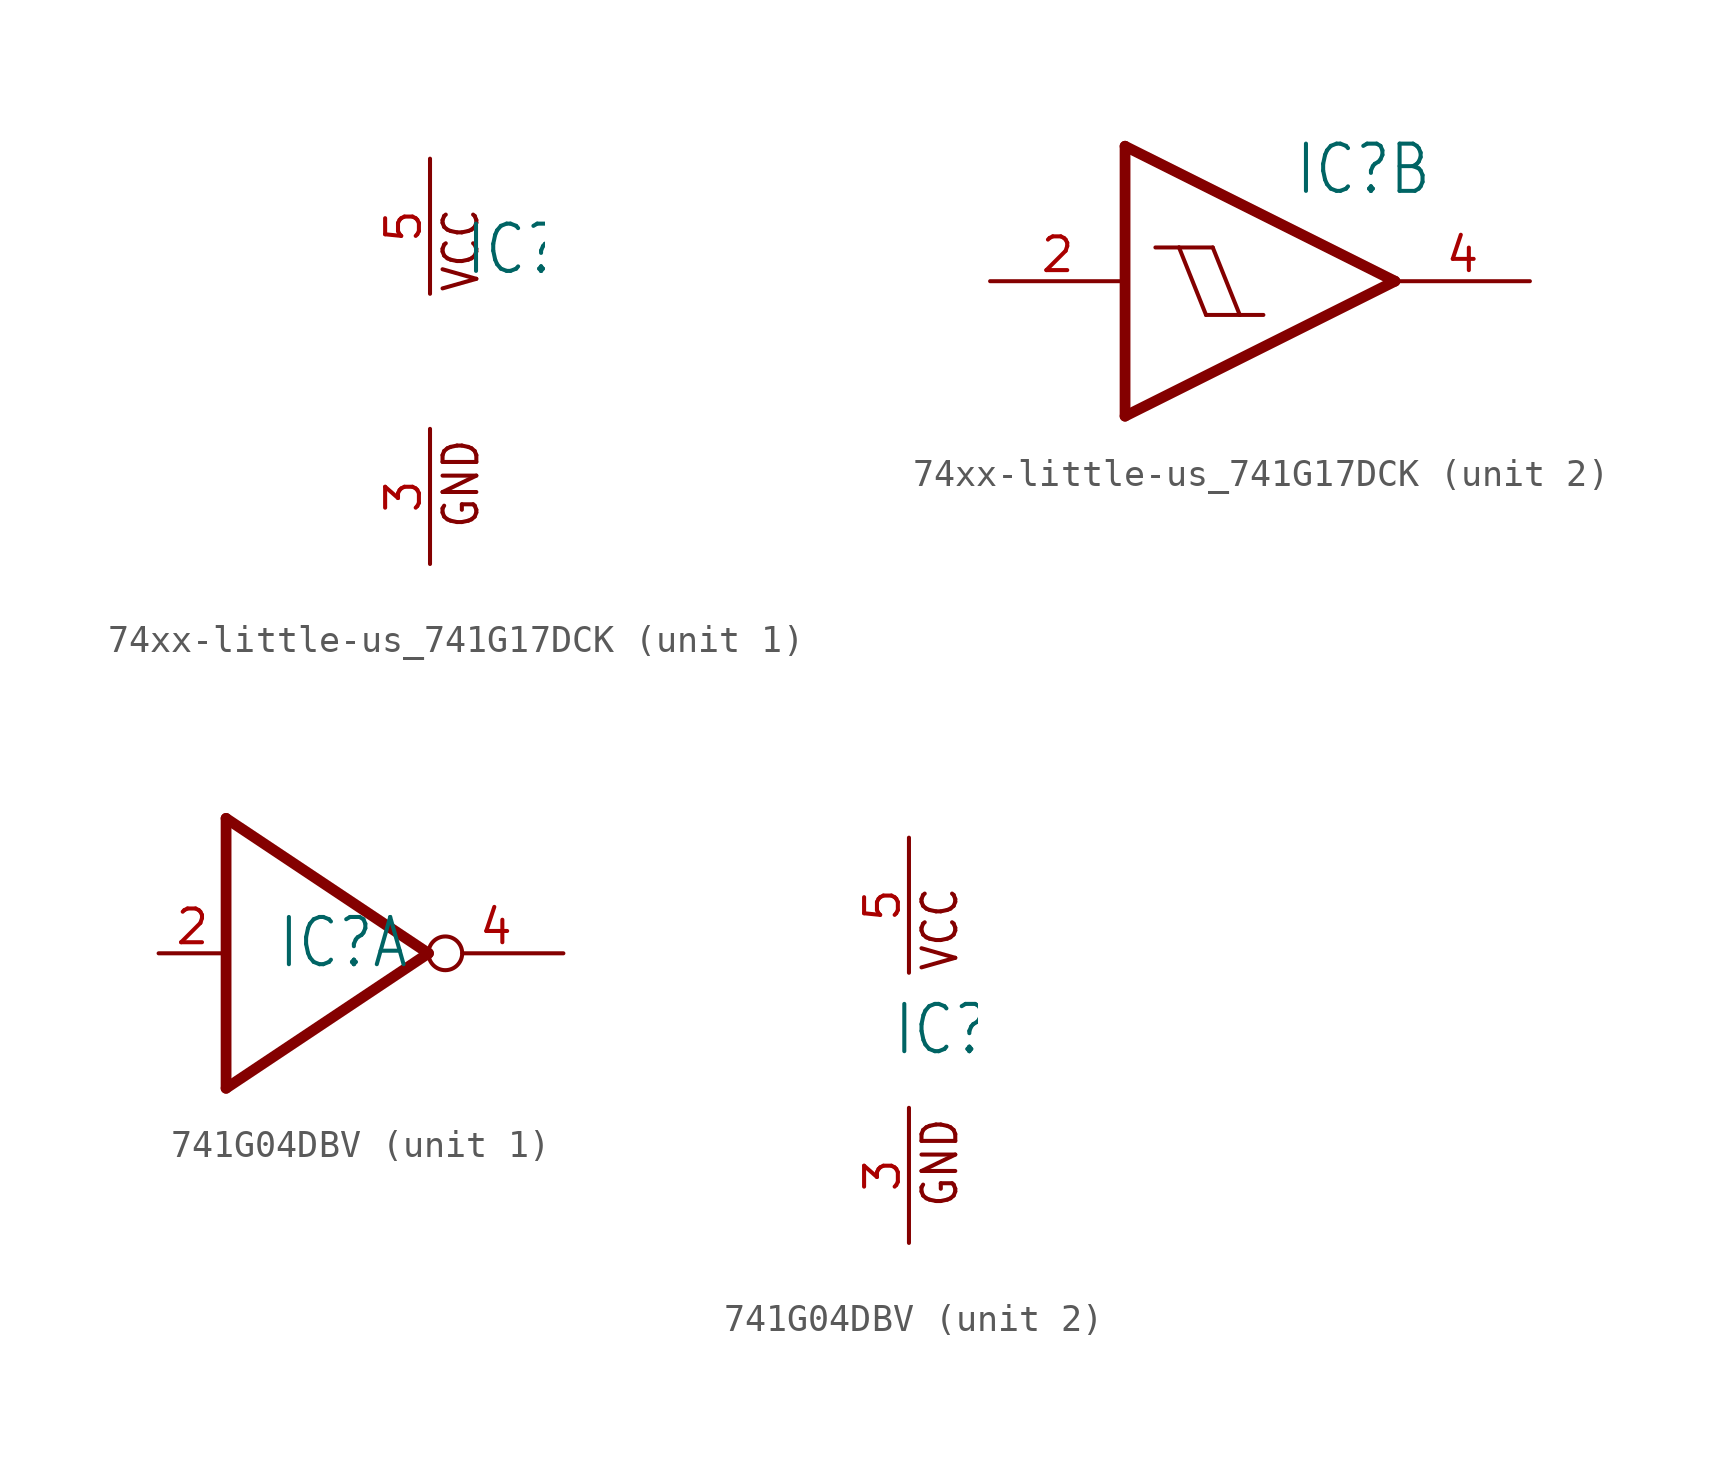
<source format=kicad_sym>
(kicad_symbol_lib
  (version 20231120)
  (generator "kicad_symbol_editor")
  (generator_version "8.0")
  (symbol "74xx-little-us_741G17DCK"
    (property "Reference" "IC"
      (at 1.27 3.175 0)
      (effects (font (size 1.778 1.511)) (justify left bottom)))
    (property "ki_locked" ""
      (at 0 0 0)
      (effects (font (size 1.27 1.27))))
    (symbol "74xx-little-us_741G17DCK_1_0"
      (text "GND" (at 1.905 -6.35 900) (effects (font (size 1.27 1.079)) (justify left bottom)))
      (text "VCC" (at 1.905 2.54 900) (effects (font (size 1.27 1.079)) (justify left bottom)))
      (pin power_in line (at 0 -7.62 90) (length 5.08) (name "GND" (effects (font (size 0 0)))) (number "3" (effects (font (size 1.27 1.27)))))
      (pin power_in line (at 0 7.62 270) (length 5.08) (name "VCC" (effects (font (size 0 0)))) (number "5" (effects (font (size 1.27 1.27))))))
    (symbol "74xx-little-us_741G17DCK_2_0"
      (polyline (pts (xy -5.08 -5.08) (xy -5.08 5.08)) (stroke (width 0.406) (type solid)) (fill (type none)))
      (polyline (pts (xy -5.08 5.08) (xy 5.08 0)) (stroke (width 0.406) (type solid)) (fill (type none)))
      (polyline (pts (xy -3.937 1.27) (xy -3.048 1.27)) (stroke (width 0.152) (type solid)) (fill (type none)))
      (polyline (pts (xy -3.048 1.27) (xy -1.778 1.27)) (stroke (width 0.152) (type solid)) (fill (type none)))
      (polyline (pts (xy -2.032 -1.27) (xy -3.048 1.27)) (stroke (width 0.152) (type solid)) (fill (type none)))
      (polyline (pts (xy -2.032 -1.27) (xy -0.762 -1.27)) (stroke (width 0.152) (type solid)) (fill (type none)))
      (polyline (pts (xy -0.762 -1.27) (xy -1.778 1.27)) (stroke (width 0.152) (type solid)) (fill (type none)))
      (polyline (pts (xy -0.762 -1.27) (xy 0.127 -1.27)) (stroke (width 0.152) (type solid)) (fill (type none)))
      (polyline (pts (xy 5.08 0) (xy -5.08 -5.08)) (stroke (width 0.406) (type solid)) (fill (type none)))
      (pin input line (at -10.16 0 0) (length 5.08) (name "I" (effects (font (size 0 0)))) (number "2" (effects (font (size 1.27 1.27)))))
      (pin output line (at 10.16 0 180) (length 5.08) (name "O" (effects (font (size 0 0)))) (number "4" (effects (font (size 1.27 1.27)))))))
  (symbol "741G04DBV"
    (property "Reference" "IC"
      (at -0.635 -0.635 0)
      (effects (font (size 1.778 1.511)) (justify left bottom)))
    (property "ki_locked" ""
      (at 0 0 0)
      (effects (font (size 1.27 1.27))))
    (symbol "741G04DBV_1_0"
      (polyline (pts (xy -2.54 -5.08) (xy -2.54 5.08)) (stroke (width 0.406) (type solid)) (fill (type none)))
      (polyline (pts (xy -2.54 5.08) (xy 5.08 0)) (stroke (width 0.406) (type solid)) (fill (type none)))
      (polyline (pts (xy 5.08 0) (xy -2.54 -5.08)) (stroke (width 0.406) (type solid)) (fill (type none)))
      (pin input line (at -5.08 0 0) (length 2.54) (name "I" (effects (font (size 0 0)))) (number "2" (effects (font (size 1.27 1.27)))))
      (pin output inverted (at 10.16 0 180) (length 5.08) (name "O" (effects (font (size 0 0)))) (number "4" (effects (font (size 1.27 1.27))))))
    (symbol "741G04DBV_2_0"
      (text "GND" (at 1.905 -6.35 900) (effects (font (size 1.27 1.079)) (justify left bottom)))
      (text "VCC" (at 1.905 2.54 900) (effects (font (size 1.27 1.079)) (justify left bottom)))
      (pin power_in line (at 0 -7.62 90) (length 5.08) (name "GND" (effects (font (size 0 0)))) (number "3" (effects (font (size 1.27 1.27)))))
      (pin power_in line (at 0 7.62 270) (length 5.08) (name "VCC" (effects (font (size 0 0)))) (number "5" (effects (font (size 1.27 1.27))))))))
</source>
